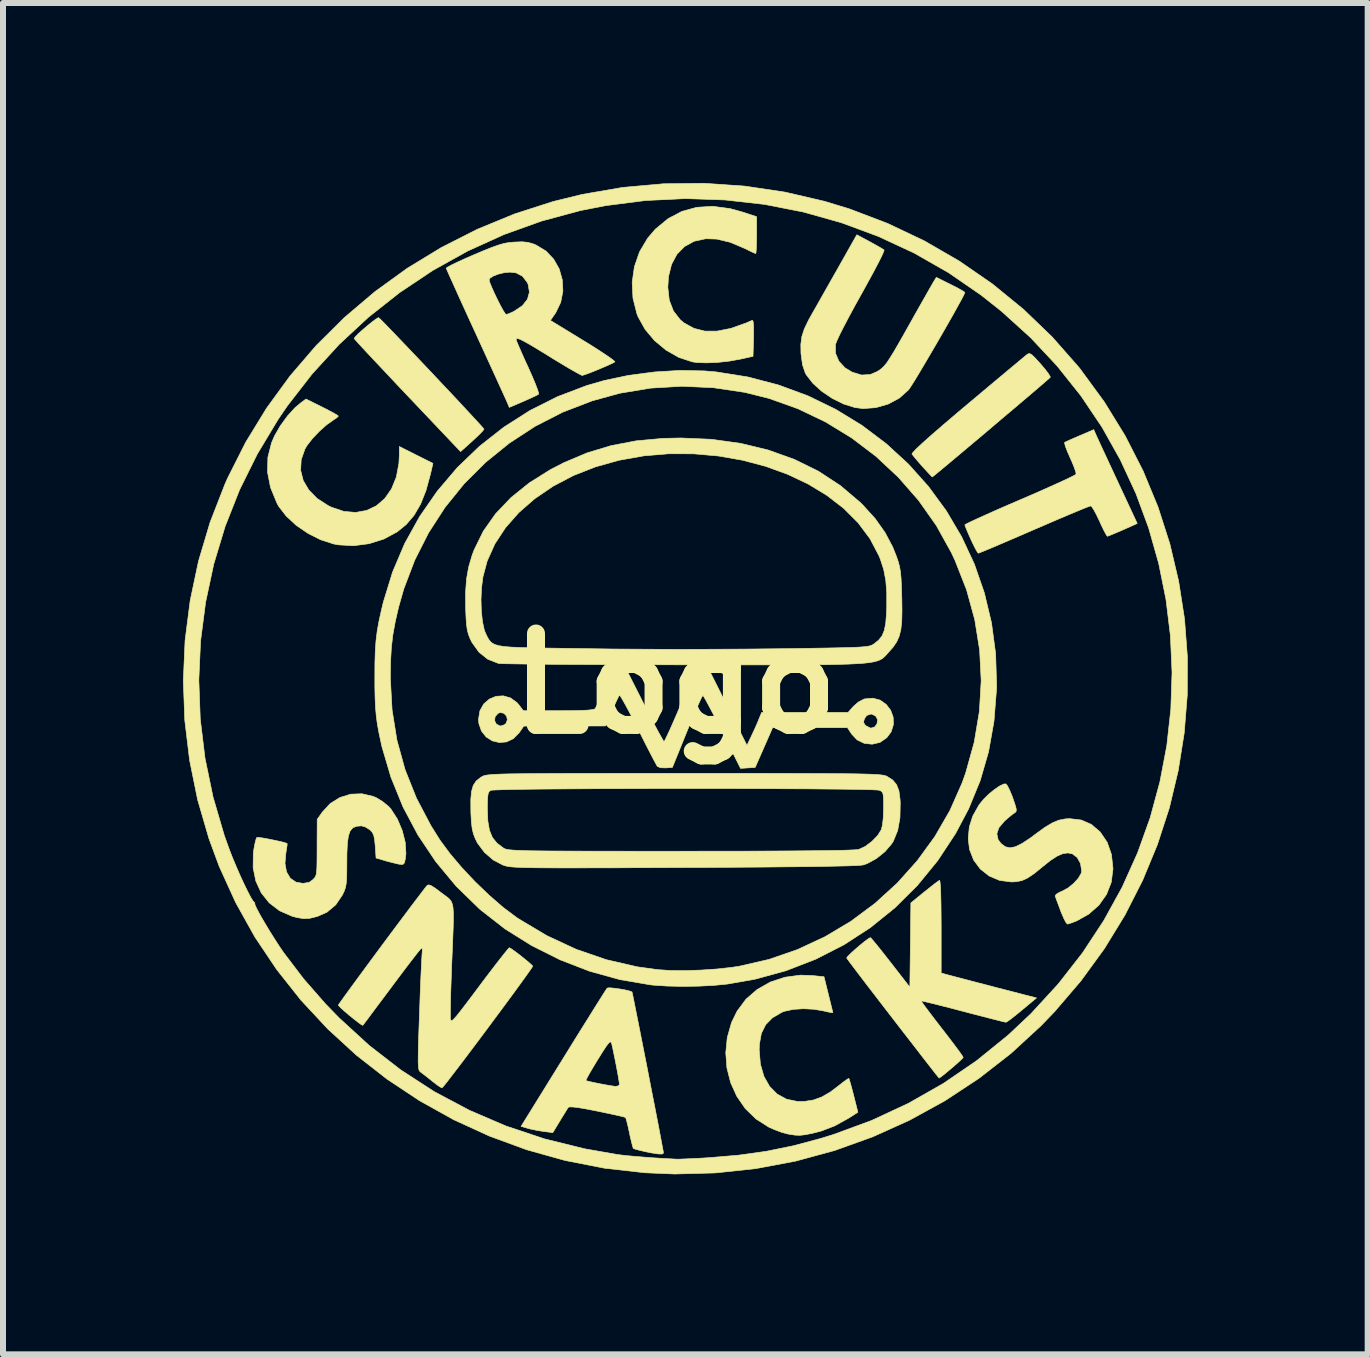
<source format=kicad_pcb>
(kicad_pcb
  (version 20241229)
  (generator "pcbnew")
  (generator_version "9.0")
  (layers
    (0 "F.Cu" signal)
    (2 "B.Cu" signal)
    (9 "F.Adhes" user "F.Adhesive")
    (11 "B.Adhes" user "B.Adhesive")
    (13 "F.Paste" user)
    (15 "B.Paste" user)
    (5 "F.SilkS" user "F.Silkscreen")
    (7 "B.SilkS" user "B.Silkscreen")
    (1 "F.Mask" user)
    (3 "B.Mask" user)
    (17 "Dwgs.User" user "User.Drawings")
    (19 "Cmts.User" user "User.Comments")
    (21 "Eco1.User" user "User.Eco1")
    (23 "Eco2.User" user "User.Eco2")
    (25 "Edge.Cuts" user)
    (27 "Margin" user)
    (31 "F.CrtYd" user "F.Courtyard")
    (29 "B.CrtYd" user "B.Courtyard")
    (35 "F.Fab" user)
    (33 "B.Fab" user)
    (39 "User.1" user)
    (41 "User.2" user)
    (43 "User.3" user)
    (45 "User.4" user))
  (footprint "Logo"
    (layer "F.Cu")
    (at 8.206 8.344)
    (property "Reference" "Logo" (at 0 0 0) (layer "F.SilkS") (effects (font (size 1.524 1.524) (thickness 0.3))))
    (attr through_hole)
    (fp_poly (pts (xy -4.918 -6.075) (xy -4.858 -6.015) (xy -4.77 -5.924) (xy -4.658 -5.808) (xy -4.527 -5.671) (xy -4.382 -5.519) (xy -4.227 -5.356) (xy -4.067 -5.187) (xy -3.908 -5.018) (xy -3.753 -4.854) (xy -3.608 -4.699) (xy -3.477 -4.558) (xy -3.365 -4.437) (xy -3.276 -4.341) (xy -3.217 -4.275) (xy -3.19 -4.243) (xy -3.189 -4.241) (xy -3.209 -4.213) (xy -3.262 -4.157) (xy -3.339 -4.084) (xy -3.384 -4.042) (xy -3.579 -3.867) (xy -4.464 -4.8) (xy -4.645 -4.991) (xy -4.814 -5.171) (xy -4.967 -5.333) (xy -5.1 -5.475) (xy -5.209 -5.592) (xy -5.29 -5.68) (xy -5.339 -5.735) (xy -5.353 -5.752) (xy -5.336 -5.778) (xy -5.286 -5.83) (xy -5.214 -5.895) (xy -5.133 -5.964) (xy -5.054 -6.028) (xy -4.99 -6.076) (xy -4.95 -6.099) (xy -4.945 -6.099) (xy -4.918 -6.075)) (stroke (width 0.01) (type solid)) (fill yes) (layer "F.SilkS"))
    (fp_poly (pts (xy 5.947 -5.477) (xy 6 -5.425) (xy 6.079 -5.337) (xy 6.089 -5.327) (xy 6.163 -5.239) (xy 6.219 -5.166) (xy 6.248 -5.117) (xy 6.249 -5.105) (xy 6.226 -5.083) (xy 6.165 -5.03) (xy 6.071 -4.949) (xy 5.951 -4.846) (xy 5.808 -4.725) (xy 5.648 -4.589) (xy 5.477 -4.445) (xy 5.3 -4.295) (xy 5.122 -4.144) (xy 4.948 -3.998) (xy 4.784 -3.86) (xy 4.634 -3.734) (xy 4.504 -3.625) (xy 4.399 -3.538) (xy 4.325 -3.477) (xy 4.286 -3.447) (xy 4.282 -3.444) (xy 4.262 -3.464) (xy 4.213 -3.516) (xy 4.145 -3.59) (xy 4.12 -3.617) (xy 4.046 -3.702) (xy 3.985 -3.774) (xy 3.949 -3.819) (xy 3.944 -3.825) (xy 3.96 -3.853) (xy 4.02 -3.916) (xy 4.124 -4.013) (xy 4.272 -4.145) (xy 4.465 -4.312) (xy 4.702 -4.514) (xy 4.86 -4.647) (xy 5.059 -4.814) (xy 5.246 -4.971) (xy 5.417 -5.114) (xy 5.566 -5.239) (xy 5.69 -5.342) (xy 5.782 -5.419) (xy 5.839 -5.466) (xy 5.854 -5.479) (xy 5.883 -5.498) (xy 5.911 -5.499) (xy 5.947 -5.477)) (stroke (width 0.01) (type solid)) (fill yes) (layer "F.SilkS"))
    (fp_poly (pts (xy 0.913 -7.917) (xy 1.122 -7.859) (xy 1.355 -7.782) (xy 1.355 -7.475) (xy 1.353 -7.351) (xy 1.35 -7.251) (xy 1.345 -7.187) (xy 1.34 -7.168) (xy 1.309 -7.18) (xy 1.242 -7.211) (xy 1.162 -7.251) (xy 0.917 -7.355) (xy 0.693 -7.409) (xy 0.508 -7.415) (xy 0.314 -7.373) (xy 0.153 -7.285) (xy 0.027 -7.156) (xy -0.063 -6.988) (xy -0.114 -6.783) (xy -0.125 -6.604) (xy -0.101 -6.391) (xy -0.032 -6.211) (xy 0.081 -6.065) (xy 0.146 -6.011) (xy 0.31 -5.921) (xy 0.492 -5.875) (xy 0.695 -5.875) (xy 0.924 -5.92) (xy 1.181 -6.011) (xy 1.284 -6.056) (xy 1.297 -6.035) (xy 1.304 -5.962) (xy 1.305 -5.838) (xy 1.304 -5.762) (xy 1.295 -5.455) (xy 1.078 -5.407) (xy 0.892 -5.374) (xy 0.698 -5.353) (xy 0.514 -5.346) (xy 0.356 -5.352) (xy 0.282 -5.363) (xy 0.058 -5.437) (xy -0.156 -5.559) (xy -0.347 -5.718) (xy -0.505 -5.906) (xy -0.621 -6.115) (xy -0.64 -6.163) (xy -0.706 -6.424) (xy -0.719 -6.689) (xy -0.682 -6.949) (xy -0.596 -7.197) (xy -0.462 -7.423) (xy -0.333 -7.574) (xy -0.121 -7.749) (xy 0.11 -7.871) (xy 0.359 -7.939) (xy 0.627 -7.955) (xy 0.913 -7.917)) (stroke (width 0.01) (type solid)) (fill yes) (layer "F.SilkS"))
    (fp_poly (pts (xy -5.886 -4.609) (xy -5.776 -4.553) (xy -5.687 -4.505) (xy -5.631 -4.471) (xy -5.616 -4.459) (xy -5.638 -4.435) (xy -5.691 -4.399) (xy -5.699 -4.394) (xy -5.813 -4.313) (xy -5.934 -4.205) (xy -6.048 -4.085) (xy -6.138 -3.97) (xy -6.173 -3.911) (xy -6.236 -3.732) (xy -6.245 -3.555) (xy -6.202 -3.385) (xy -6.109 -3.227) (xy -5.97 -3.085) (xy -5.785 -2.966) (xy -5.732 -2.94) (xy -5.525 -2.87) (xy -5.328 -2.853) (xy -5.146 -2.886) (xy -4.982 -2.964) (xy -4.842 -3.085) (xy -4.73 -3.246) (xy -4.65 -3.442) (xy -4.607 -3.671) (xy -4.6 -3.812) (xy -4.6 -3.952) (xy -4.32 -3.811) (xy -4.04 -3.671) (xy -4.081 -3.493) (xy -4.156 -3.218) (xy -4.246 -2.991) (xy -4.355 -2.804) (xy -4.486 -2.651) (xy -4.635 -2.53) (xy -4.857 -2.41) (xy -5.105 -2.332) (xy -5.364 -2.298) (xy -5.618 -2.313) (xy -5.693 -2.327) (xy -5.911 -2.397) (xy -6.123 -2.504) (xy -6.319 -2.638) (xy -6.485 -2.792) (xy -6.612 -2.956) (xy -6.64 -3.008) (xy -6.747 -3.269) (xy -6.797 -3.524) (xy -6.791 -3.772) (xy -6.73 -4.014) (xy -6.679 -4.131) (xy -6.582 -4.299) (xy -6.464 -4.461) (xy -6.337 -4.6) (xy -6.236 -4.685) (xy -6.156 -4.743) (xy -5.886 -4.609)) (stroke (width 0.01) (type solid)) (fill yes) (layer "F.SilkS"))
    (fp_poly (pts (xy 2.294 4.867) (xy 2.478 4.886) (xy 2.551 5.18) (xy 2.581 5.301) (xy 2.605 5.399) (xy 2.621 5.464) (xy 2.625 5.484) (xy 2.6 5.484) (xy 2.537 5.471) (xy 2.477 5.457) (xy 2.312 5.428) (xy 2.134 5.419) (xy 1.965 5.43) (xy 1.821 5.461) (xy 1.778 5.477) (xy 1.619 5.57) (xy 1.506 5.685) (xy 1.434 5.83) (xy 1.401 6.012) (xy 1.398 6.11) (xy 1.418 6.344) (xy 1.477 6.547) (xy 1.571 6.714) (xy 1.698 6.842) (xy 1.854 6.927) (xy 2.036 6.965) (xy 2.153 6.964) (xy 2.303 6.94) (xy 2.444 6.889) (xy 2.589 6.804) (xy 2.725 6.7) (xy 2.803 6.639) (xy 2.863 6.596) (xy 2.892 6.58) (xy 2.893 6.581) (xy 2.903 6.61) (xy 2.924 6.682) (xy 2.952 6.785) (xy 2.973 6.867) (xy 3.043 7.144) (xy 2.89 7.242) (xy 2.66 7.37) (xy 2.431 7.458) (xy 2.286 7.495) (xy 2.166 7.519) (xy 2.077 7.529) (xy 1.996 7.526) (xy 1.898 7.511) (xy 1.863 7.504) (xy 1.769 7.478) (xy 1.654 7.435) (xy 1.557 7.392) (xy 1.345 7.257) (xy 1.167 7.084) (xy 1.025 6.879) (xy 0.922 6.651) (xy 0.86 6.406) (xy 0.841 6.153) (xy 0.866 5.898) (xy 0.937 5.649) (xy 1.029 5.461) (xy 1.177 5.261) (xy 1.365 5.098) (xy 1.584 4.974) (xy 1.827 4.894) (xy 2.087 4.859) (xy 2.294 4.867)) (stroke (width 0.01) (type solid)) (fill yes) (layer "F.SilkS"))
    (fp_poly (pts (xy 7.027 -4.113) (xy 7.054 -4.055) (xy 7.1 -3.954) (xy 7.163 -3.819) (xy 7.238 -3.658) (xy 7.321 -3.48) (xy 7.39 -3.331) (xy 7.699 -2.669) (xy 7.459 -2.562) (xy 7.352 -2.516) (xy 7.266 -2.48) (xy 7.212 -2.459) (xy 7.2 -2.456) (xy 7.182 -2.481) (xy 7.147 -2.546) (xy 7.101 -2.64) (xy 7.07 -2.709) (xy 7.018 -2.817) (xy 6.972 -2.902) (xy 6.937 -2.953) (xy 6.924 -2.962) (xy 6.892 -2.952) (xy 6.813 -2.921) (xy 6.696 -2.873) (xy 6.545 -2.81) (xy 6.366 -2.734) (xy 6.167 -2.648) (xy 5.981 -2.568) (xy 5.769 -2.476) (xy 5.573 -2.392) (xy 5.4 -2.318) (xy 5.255 -2.256) (xy 5.144 -2.21) (xy 5.074 -2.182) (xy 5.051 -2.173) (xy 5.031 -2.197) (xy 4.995 -2.261) (xy 4.95 -2.353) (xy 4.929 -2.398) (xy 4.883 -2.501) (xy 4.847 -2.586) (xy 4.828 -2.637) (xy 4.826 -2.646) (xy 4.851 -2.662) (xy 4.922 -2.697) (xy 5.034 -2.749) (xy 5.18 -2.815) (xy 5.354 -2.893) (xy 5.551 -2.979) (xy 5.746 -3.063) (xy 5.96 -3.155) (xy 6.157 -3.242) (xy 6.331 -3.32) (xy 6.476 -3.386) (xy 6.587 -3.439) (xy 6.657 -3.475) (xy 6.68 -3.491) (xy 6.674 -3.529) (xy 6.648 -3.605) (xy 6.607 -3.706) (xy 6.58 -3.765) (xy 6.534 -3.871) (xy 6.501 -3.956) (xy 6.488 -4.009) (xy 6.49 -4.021) (xy 6.525 -4.038) (xy 6.598 -4.071) (xy 6.697 -4.114) (xy 6.744 -4.134) (xy 6.974 -4.233) (xy 7.027 -4.113)) (stroke (width 0.01) (type solid)) (fill yes) (layer "F.SilkS"))
    (fp_poly (pts (xy 3.241 -7.365) (xy 3.341 -7.31) (xy 3.423 -7.263) (xy 3.472 -7.233) (xy 3.48 -7.227) (xy 3.472 -7.198) (xy 3.44 -7.126) (xy 3.386 -7.018) (xy 3.313 -6.879) (xy 3.225 -6.717) (xy 3.126 -6.537) (xy 3.094 -6.48) (xy 2.989 -6.291) (xy 2.893 -6.113) (xy 2.809 -5.953) (xy 2.741 -5.819) (xy 2.694 -5.718) (xy 2.67 -5.656) (xy 2.668 -5.649) (xy 2.67 -5.505) (xy 2.725 -5.375) (xy 2.827 -5.264) (xy 2.949 -5.19) (xy 3.105 -5.143) (xy 3.251 -5.152) (xy 3.363 -5.2) (xy 3.407 -5.228) (xy 3.446 -5.258) (xy 3.484 -5.296) (xy 3.526 -5.348) (xy 3.574 -5.421) (xy 3.635 -5.519) (xy 3.711 -5.649) (xy 3.807 -5.818) (xy 3.908 -5.997) (xy 4.004 -6.169) (xy 4.094 -6.328) (xy 4.174 -6.468) (xy 4.237 -6.58) (xy 4.281 -6.656) (xy 4.295 -6.681) (xy 4.35 -6.771) (xy 4.588 -6.653) (xy 4.691 -6.601) (xy 4.771 -6.557) (xy 4.818 -6.527) (xy 4.826 -6.52) (xy 4.812 -6.486) (xy 4.774 -6.411) (xy 4.714 -6.302) (xy 4.639 -6.166) (xy 4.55 -6.01) (xy 4.454 -5.842) (xy 4.353 -5.667) (xy 4.252 -5.495) (xy 4.156 -5.331) (xy 4.068 -5.183) (xy 3.992 -5.057) (xy 3.932 -4.962) (xy 3.894 -4.905) (xy 3.886 -4.895) (xy 3.734 -4.759) (xy 3.548 -4.659) (xy 3.342 -4.6) (xy 3.131 -4.584) (xy 2.995 -4.601) (xy 2.806 -4.66) (xy 2.617 -4.753) (xy 2.442 -4.871) (xy 2.293 -5.005) (xy 2.184 -5.146) (xy 2.166 -5.178) (xy 2.12 -5.313) (xy 2.095 -5.497) (xy 2.094 -5.511) (xy 2.092 -5.656) (xy 2.109 -5.784) (xy 2.15 -5.911) (xy 2.219 -6.055) (xy 2.273 -6.152) (xy 2.313 -6.222) (xy 2.375 -6.331) (xy 2.454 -6.471) (xy 2.545 -6.632) (xy 2.643 -6.805) (xy 2.694 -6.894) (xy 3.025 -7.481) (xy 3.241 -7.365)) (stroke (width 0.01) (type solid)) (fill yes) (layer "F.SilkS"))
    (fp_poly (pts (xy 4.412 3.303) (xy 4.419 3.38) (xy 4.424 3.506) (xy 4.428 3.676) (xy 4.43 3.887) (xy 4.431 4.046) (xy 4.431 4.824) (xy 4.551 4.857) (xy 4.612 4.873) (xy 4.718 4.901) (xy 4.86 4.938) (xy 5.03 4.983) (xy 5.217 5.031) (xy 5.345 5.065) (xy 6.02 5.239) (xy 5.777 5.442) (xy 5.678 5.523) (xy 5.594 5.589) (xy 5.535 5.632) (xy 5.511 5.644) (xy 5.478 5.638) (xy 5.398 5.618) (xy 5.279 5.588) (xy 5.129 5.549) (xy 4.954 5.504) (xy 4.797 5.463) (xy 4.609 5.413) (xy 4.44 5.37) (xy 4.297 5.334) (xy 4.188 5.308) (xy 4.12 5.292) (xy 4.099 5.289) (xy 4.113 5.313) (xy 4.157 5.375) (xy 4.226 5.467) (xy 4.314 5.583) (xy 4.417 5.717) (xy 4.444 5.752) (xy 4.551 5.89) (xy 4.645 6.014) (xy 4.721 6.116) (xy 4.773 6.189) (xy 4.797 6.227) (xy 4.798 6.23) (xy 4.778 6.254) (xy 4.726 6.304) (xy 4.654 6.368) (xy 4.573 6.437) (xy 4.496 6.501) (xy 4.434 6.55) (xy 4.399 6.573) (xy 4.396 6.574) (xy 4.378 6.552) (xy 4.328 6.49) (xy 4.252 6.392) (xy 4.151 6.263) (xy 4.031 6.107) (xy 3.893 5.929) (xy 3.742 5.734) (xy 3.627 5.585) (xy 3.468 5.379) (xy 3.32 5.186) (xy 3.186 5.012) (xy 3.07 4.86) (xy 2.976 4.736) (xy 2.906 4.643) (xy 2.866 4.588) (xy 2.856 4.573) (xy 2.873 4.548) (xy 2.923 4.498) (xy 2.993 4.434) (xy 3.073 4.365) (xy 3.15 4.302) (xy 3.213 4.255) (xy 3.25 4.234) (xy 3.252 4.233) (xy 3.273 4.255) (xy 3.323 4.314) (xy 3.396 4.403) (xy 3.486 4.517) (xy 3.588 4.647) (xy 3.909 5.06) (xy 3.918 4.358) (xy 3.926 3.655) (xy 4.152 3.471) (xy 4.249 3.394) (xy 4.33 3.33) (xy 4.386 3.29) (xy 4.404 3.278) (xy 4.412 3.303)) (stroke (width 0.01) (type solid)) (fill yes) (layer "F.SilkS"))
    (fp_poly (pts (xy 5.536 1.704) (xy 5.572 1.776) (xy 5.613 1.874) (xy 5.625 1.907) (xy 5.662 2.016) (xy 5.681 2.084) (xy 5.683 2.123) (xy 5.669 2.145) (xy 5.654 2.155) (xy 5.607 2.188) (xy 5.537 2.246) (xy 5.484 2.294) (xy 5.393 2.401) (xy 5.359 2.503) (xy 5.38 2.601) (xy 5.431 2.668) (xy 5.5 2.719) (xy 5.576 2.737) (xy 5.666 2.72) (xy 5.777 2.666) (xy 5.917 2.574) (xy 6.006 2.507) (xy 6.158 2.397) (xy 6.283 2.322) (xy 6.393 2.276) (xy 6.501 2.255) (xy 6.573 2.251) (xy 6.767 2.274) (xy 6.934 2.347) (xy 7.078 2.47) (xy 7.083 2.475) (xy 7.199 2.647) (xy 7.269 2.847) (xy 7.294 3.077) (xy 7.294 3.093) (xy 7.266 3.312) (xy 7.187 3.514) (xy 7.061 3.692) (xy 6.891 3.842) (xy 6.697 3.951) (xy 6.616 3.984) (xy 6.554 4.004) (xy 6.536 4.008) (xy 6.512 3.983) (xy 6.477 3.917) (xy 6.436 3.823) (xy 6.423 3.789) (xy 6.384 3.684) (xy 6.352 3.598) (xy 6.333 3.546) (xy 6.331 3.539) (xy 6.348 3.512) (xy 6.404 3.478) (xy 6.446 3.46) (xy 6.545 3.407) (xy 6.64 3.33) (xy 6.718 3.244) (xy 6.765 3.162) (xy 6.773 3.12) (xy 6.753 2.997) (xy 6.699 2.899) (xy 6.619 2.838) (xy 6.544 2.822) (xy 6.459 2.834) (xy 6.365 2.874) (xy 6.253 2.947) (xy 6.115 3.057) (xy 6.107 3.064) (xy 5.976 3.17) (xy 5.871 3.24) (xy 5.777 3.283) (xy 5.683 3.302) (xy 5.601 3.306) (xy 5.404 3.28) (xy 5.23 3.206) (xy 5.084 3.091) (xy 4.973 2.942) (xy 4.904 2.765) (xy 4.882 2.587) (xy 4.9 2.39) (xy 4.957 2.209) (xy 5.059 2.027) (xy 5.069 2.013) (xy 5.137 1.929) (xy 5.223 1.844) (xy 5.316 1.768) (xy 5.403 1.708) (xy 5.474 1.674) (xy 5.509 1.672) (xy 5.536 1.704)) (stroke (width 0.01) (type solid)) (fill yes) (layer "F.SilkS"))
    (fp_poly (pts (xy -5.039 1.879) (xy -4.982 1.903) (xy -4.878 1.967) (xy -4.782 2.045) (xy -4.742 2.088) (xy -4.633 2.257) (xy -4.552 2.448) (xy -4.502 2.645) (xy -4.49 2.832) (xy -4.5 2.921) (xy -4.516 2.989) (xy -4.542 3.014) (xy -4.596 3.011) (xy -4.614 3.008) (xy -4.699 2.988) (xy -4.805 2.961) (xy -4.848 2.948) (xy -4.988 2.907) (xy -5.002 2.704) (xy -5.013 2.592) (xy -5.029 2.521) (xy -5.056 2.472) (xy -5.092 2.436) (xy -5.163 2.391) (xy -5.231 2.371) (xy -5.234 2.371) (xy -5.315 2.378) (xy -5.376 2.404) (xy -5.42 2.455) (xy -5.449 2.539) (xy -5.466 2.661) (xy -5.474 2.828) (xy -5.475 2.971) (xy -5.476 3.132) (xy -5.479 3.25) (xy -5.486 3.335) (xy -5.498 3.401) (xy -5.518 3.458) (xy -5.547 3.519) (xy -5.548 3.522) (xy -5.66 3.687) (xy -5.806 3.81) (xy -5.967 3.881) (xy -6.093 3.912) (xy -6.201 3.917) (xy -6.316 3.897) (xy -6.389 3.877) (xy -6.597 3.786) (xy -6.769 3.654) (xy -6.902 3.487) (xy -6.992 3.291) (xy -7.037 3.07) (xy -7.034 2.83) (xy -7.027 2.775) (xy -7.009 2.676) (xy -6.991 2.601) (xy -6.977 2.565) (xy -6.976 2.565) (xy -6.945 2.564) (xy -6.874 2.574) (xy -6.779 2.591) (xy -6.676 2.612) (xy -6.579 2.633) (xy -6.506 2.652) (xy -6.47 2.666) (xy -6.47 2.666) (xy -6.471 2.694) (xy -6.481 2.762) (xy -6.492 2.831) (xy -6.506 2.999) (xy -6.48 3.139) (xy -6.418 3.244) (xy -6.323 3.309) (xy -6.206 3.33) (xy -6.101 3.312) (xy -6.041 3.268) (xy -6.016 3.242) (xy -5.999 3.217) (xy -5.986 3.184) (xy -5.979 3.135) (xy -5.974 3.061) (xy -5.972 2.953) (xy -5.971 2.802) (xy -5.971 2.691) (xy -5.969 2.263) (xy -5.883 2.141) (xy -5.752 1.999) (xy -5.591 1.899) (xy -5.411 1.843) (xy -5.224 1.836) (xy -5.039 1.879)) (stroke (width 0.01) (type solid)) (fill yes) (layer "F.SilkS"))
    (fp_poly (pts (xy -1.028 5.076) (xy -0.937 5.088) (xy -0.844 5.104) (xy -0.767 5.122) (xy -0.724 5.138) (xy -0.722 5.14) (xy -0.715 5.169) (xy -0.699 5.246) (xy -0.675 5.366) (xy -0.644 5.522) (xy -0.607 5.707) (xy -0.566 5.914) (xy -0.522 6.138) (xy -0.476 6.371) (xy -0.43 6.608) (xy -0.385 6.841) (xy -0.341 7.064) (xy -0.301 7.27) (xy -0.266 7.453) (xy -0.237 7.607) (xy -0.215 7.725) (xy -0.201 7.799) (xy -0.197 7.825) (xy -0.221 7.841) (xy -0.291 7.839) (xy -0.412 7.82) (xy -0.506 7.8) (xy -0.6 7.778) (xy -0.67 7.759) (xy -0.7 7.748) (xy -0.711 7.716) (xy -0.73 7.642) (xy -0.754 7.54) (xy -0.764 7.491) (xy -0.788 7.38) (xy -0.81 7.292) (xy -0.826 7.24) (xy -0.83 7.232) (xy -0.861 7.222) (xy -0.938 7.203) (xy -1.052 7.178) (xy -1.193 7.148) (xy -1.304 7.125) (xy -1.489 7.089) (xy -1.624 7.066) (xy -1.715 7.056) (xy -1.767 7.056) (xy -1.786 7.065) (xy -1.81 7.104) (xy -1.855 7.177) (xy -1.912 7.269) (xy -1.925 7.291) (xy -2.042 7.484) (xy -2.193 7.465) (xy -2.306 7.447) (xy -2.417 7.424) (xy -2.458 7.413) (xy -2.571 7.38) (xy -2.098 6.616) (xy -1.492 6.616) (xy -1.459 6.626) (xy -1.387 6.643) (xy -1.291 6.663) (xy -1.187 6.683) (xy -1.09 6.7) (xy -1.018 6.711) (xy -0.995 6.714) (xy -0.945 6.703) (xy -0.931 6.682) (xy -0.937 6.635) (xy -0.951 6.547) (xy -0.972 6.433) (xy -0.996 6.308) (xy -1.021 6.185) (xy -1.043 6.079) (xy -1.06 6.006) (xy -1.067 5.983) (xy -1.081 5.971) (xy -1.106 5.987) (xy -1.146 6.037) (xy -1.205 6.126) (xy -1.288 6.259) (xy -1.294 6.268) (xy -1.368 6.391) (xy -1.429 6.494) (xy -1.471 6.571) (xy -1.491 6.612) (xy -1.492 6.616) (xy -2.098 6.616) (xy -1.865 6.24) (xy -1.723 6.01) (xy -1.589 5.794) (xy -1.466 5.598) (xy -1.359 5.426) (xy -1.269 5.283) (xy -1.2 5.173) (xy -1.154 5.102) (xy -1.135 5.075) (xy -1.1 5.07) (xy -1.028 5.076)) (stroke (width 0.01) (type solid)) (fill yes) (layer "F.SilkS"))
    (fp_poly (pts (xy -2.46 -7.355) (xy -2.373 -7.331) (xy -2.32 -7.309) (xy -2.156 -7.21) (xy -2.027 -7.074) (xy -1.935 -6.911) (xy -1.884 -6.73) (xy -1.874 -6.542) (xy -1.91 -6.355) (xy -1.994 -6.18) (xy -2.003 -6.168) (xy -2.082 -6.053) (xy -1.533 -5.718) (xy -1.377 -5.622) (xy -1.241 -5.534) (xy -1.13 -5.46) (xy -1.051 -5.404) (xy -1.011 -5.371) (xy -1.007 -5.363) (xy -1.045 -5.341) (xy -1.121 -5.306) (xy -1.219 -5.264) (xy -1.326 -5.219) (xy -1.426 -5.179) (xy -1.506 -5.15) (xy -1.55 -5.137) (xy -1.553 -5.136) (xy -1.586 -5.151) (xy -1.659 -5.191) (xy -1.765 -5.251) (xy -1.895 -5.329) (xy -2.044 -5.419) (xy -2.088 -5.447) (xy -2.269 -5.558) (xy -2.407 -5.641) (xy -2.509 -5.699) (xy -2.579 -5.735) (xy -2.622 -5.751) (xy -2.645 -5.75) (xy -2.653 -5.735) (xy -2.653 -5.732) (xy -2.642 -5.699) (xy -2.61 -5.624) (xy -2.563 -5.516) (xy -2.504 -5.383) (xy -2.454 -5.276) (xy -2.39 -5.132) (xy -2.337 -5.006) (xy -2.299 -4.907) (xy -2.279 -4.844) (xy -2.278 -4.824) (xy -2.312 -4.805) (xy -2.386 -4.77) (xy -2.485 -4.725) (xy -2.533 -4.704) (xy -2.767 -4.604) (xy -2.805 -4.694) (xy -2.825 -4.739) (xy -2.866 -4.829) (xy -2.925 -4.958) (xy -2.999 -5.121) (xy -3.086 -5.311) (xy -3.183 -5.523) (xy -3.287 -5.75) (xy -3.329 -5.842) (xy -3.434 -6.07) (xy -3.531 -6.283) (xy -3.618 -6.474) (xy -3.692 -6.639) (xy -3.734 -6.732) (xy -3.104 -6.732) (xy -3.093 -6.687) (xy -3.062 -6.61) (xy -3.018 -6.511) (xy -2.967 -6.405) (xy -2.916 -6.304) (xy -2.87 -6.22) (xy -2.835 -6.166) (xy -2.821 -6.152) (xy -2.779 -6.164) (xy -2.71 -6.194) (xy -2.684 -6.208) (xy -2.55 -6.298) (xy -2.465 -6.405) (xy -2.432 -6.523) (xy -2.451 -6.648) (xy -2.469 -6.688) (xy -2.548 -6.791) (xy -2.654 -6.846) (xy -2.757 -6.858) (xy -2.853 -6.849) (xy -2.951 -6.825) (xy -3.036 -6.792) (xy -3.091 -6.756) (xy -3.104 -6.732) (xy -3.734 -6.732) (xy -3.752 -6.771) (xy -3.794 -6.866) (xy -3.816 -6.917) (xy -3.819 -6.924) (xy -3.796 -6.942) (xy -3.729 -6.978) (xy -3.626 -7.028) (xy -3.496 -7.087) (xy -3.358 -7.147) (xy -3.183 -7.221) (xy -3.047 -7.275) (xy -2.941 -7.312) (xy -2.854 -7.337) (xy -2.773 -7.351) (xy -2.689 -7.359) (xy -2.68 -7.359) (xy -2.554 -7.364) (xy -2.46 -7.355)) (stroke (width 0.01) (type solid)) (fill yes) (layer "F.SilkS"))
    (fp_poly (pts (xy -4.069 3.368) (xy -4.002 3.41) (xy -3.902 3.486) (xy -3.9 3.487) (xy -3.845 3.528) (xy -3.8 3.561) (xy -3.765 3.591) (xy -3.738 3.625) (xy -3.719 3.669) (xy -3.706 3.728) (xy -3.7 3.809) (xy -3.699 3.918) (xy -3.702 4.06) (xy -3.709 4.241) (xy -3.718 4.468) (xy -3.728 4.699) (xy -3.735 4.909) (xy -3.742 5.105) (xy -3.747 5.279) (xy -3.749 5.421) (xy -3.75 5.524) (xy -3.749 5.58) (xy -3.749 5.582) (xy -3.745 5.607) (xy -3.735 5.619) (xy -3.717 5.613) (xy -3.687 5.586) (xy -3.64 5.533) (xy -3.574 5.449) (xy -3.484 5.332) (xy -3.367 5.177) (xy -3.264 5.039) (xy -3.14 4.874) (xy -3.026 4.725) (xy -2.928 4.598) (xy -2.849 4.498) (xy -2.794 4.431) (xy -2.768 4.403) (xy -2.766 4.403) (xy -2.736 4.419) (xy -2.675 4.462) (xy -2.597 4.521) (xy -2.516 4.586) (xy -2.443 4.646) (xy -2.393 4.691) (xy -2.377 4.709) (xy -2.392 4.735) (xy -2.437 4.8) (xy -2.507 4.899) (xy -2.6 5.027) (xy -2.709 5.177) (xy -2.832 5.344) (xy -2.965 5.523) (xy -3.102 5.708) (xy -3.24 5.893) (xy -3.375 6.073) (xy -3.503 6.243) (xy -3.619 6.396) (xy -3.72 6.527) (xy -3.8 6.632) (xy -3.857 6.703) (xy -3.886 6.735) (xy -3.888 6.737) (xy -3.919 6.724) (xy -3.979 6.683) (xy -4.05 6.628) (xy -4.133 6.561) (xy -4.205 6.505) (xy -4.244 6.476) (xy -4.258 6.464) (xy -4.27 6.446) (xy -4.278 6.416) (xy -4.283 6.37) (xy -4.286 6.3) (xy -4.285 6.201) (xy -4.283 6.066) (xy -4.278 5.891) (xy -4.27 5.67) (xy -4.264 5.498) (xy -4.256 5.27) (xy -4.248 5.057) (xy -4.24 4.866) (xy -4.232 4.705) (xy -4.226 4.581) (xy -4.221 4.502) (xy -4.219 4.478) (xy -4.216 4.424) (xy -4.23 4.407) (xy -4.23 4.407) (xy -4.252 4.432) (xy -4.304 4.495) (xy -4.38 4.593) (xy -4.476 4.718) (xy -4.587 4.865) (xy -4.71 5.029) (xy -4.727 5.052) (xy -4.85 5.217) (xy -4.962 5.366) (xy -5.058 5.495) (xy -5.133 5.596) (xy -5.185 5.665) (xy -5.208 5.695) (xy -5.208 5.696) (xy -5.232 5.685) (xy -5.287 5.646) (xy -5.361 5.588) (xy -5.442 5.522) (xy -5.519 5.456) (xy -5.58 5.401) (xy -5.613 5.366) (xy -5.616 5.359) (xy -5.6 5.333) (xy -5.554 5.268) (xy -5.483 5.169) (xy -5.39 5.042) (xy -5.28 4.892) (xy -5.157 4.725) (xy -5.025 4.546) (xy -4.889 4.362) (xy -4.752 4.178) (xy -4.619 4) (xy -4.494 3.833) (xy -4.381 3.682) (xy -4.284 3.555) (xy -4.208 3.455) (xy -4.157 3.389) (xy -4.137 3.365) (xy -4.111 3.354) (xy -4.069 3.368)) (stroke (width 0.01) (type solid)) (fill yes) (layer "F.SilkS"))
    (fp_poly (pts (xy 0.601 -4.072) (xy 1.09 -4.004) (xy 1.552 -3.892) (xy 1.984 -3.737) (xy 2.385 -3.54) (xy 2.75 -3.301) (xy 3.078 -3.023) (xy 3.121 -2.981) (xy 3.332 -2.749) (xy 3.496 -2.517) (xy 3.625 -2.273) (xy 3.687 -2.116) (xy 3.716 -2.03) (xy 3.737 -1.951) (xy 3.752 -1.865) (xy 3.762 -1.762) (xy 3.769 -1.627) (xy 3.774 -1.449) (xy 3.775 -1.434) (xy 3.778 -1.213) (xy 3.774 -1.038) (xy 3.759 -0.9) (xy 3.731 -0.789) (xy 3.689 -0.695) (xy 3.629 -0.607) (xy 3.562 -0.531) (xy 3.531 -0.497) (xy 3.504 -0.466) (xy 3.477 -0.44) (xy 3.448 -0.416) (xy 3.412 -0.396) (xy 3.366 -0.378) (xy 3.308 -0.363) (xy 3.234 -0.35) (xy 3.142 -0.34) (xy 3.027 -0.332) (xy 2.886 -0.325) (xy 2.717 -0.32) (xy 2.516 -0.316) (xy 2.279 -0.314) (xy 2.005 -0.313) (xy 1.689 -0.312) (xy 1.328 -0.312) (xy 0.919 -0.312) (xy 0.458 -0.313) (xy 0.143 -0.313) (xy -0.266 -0.314) (xy -0.66 -0.315) (xy -1.035 -0.316) (xy -1.388 -0.318) (xy -1.715 -0.319) (xy -2.012 -0.321) (xy -2.275 -0.324) (xy -2.5 -0.326) (xy -2.684 -0.329) (xy -2.823 -0.331) (xy -2.913 -0.334) (xy -2.949 -0.337) (xy -3.127 -0.407) (xy -3.273 -0.524) (xy -3.39 -0.687) (xy -3.42 -0.748) (xy -3.448 -0.819) (xy -3.467 -0.894) (xy -3.481 -0.988) (xy -3.489 -1.113) (xy -3.495 -1.256) (xy -3.495 -1.401) (xy -3.239 -1.401) (xy -3.233 -1.21) (xy -3.215 -1.036) (xy -3.184 -0.893) (xy -3.159 -0.83) (xy -3.129 -0.769) (xy -3.1 -0.721) (xy -3.064 -0.683) (xy -3.015 -0.654) (xy -2.948 -0.633) (xy -2.856 -0.618) (xy -2.733 -0.608) (xy -2.571 -0.601) (xy -2.366 -0.596) (xy -2.131 -0.592) (xy -1.022 -0.576) (xy 0.059 -0.57) (xy 1.14 -0.575) (xy 1.903 -0.583) (xy 2.211 -0.588) (xy 2.467 -0.592) (xy 2.677 -0.596) (xy 2.845 -0.6) (xy 2.978 -0.604) (xy 3.079 -0.609) (xy 3.155 -0.615) (xy 3.21 -0.622) (xy 3.249 -0.631) (xy 3.278 -0.642) (xy 3.301 -0.655) (xy 3.31 -0.661) (xy 3.388 -0.723) (xy 3.445 -0.794) (xy 3.483 -0.885) (xy 3.507 -1.006) (xy 3.52 -1.168) (xy 3.524 -1.266) (xy 3.524 -1.512) (xy 3.508 -1.719) (xy 3.473 -1.902) (xy 3.417 -2.075) (xy 3.395 -2.129) (xy 3.245 -2.415) (xy 3.047 -2.68) (xy 2.806 -2.921) (xy 2.526 -3.137) (xy 2.213 -3.327) (xy 1.87 -3.489) (xy 1.503 -3.622) (xy 1.117 -3.724) (xy 0.716 -3.794) (xy 0.306 -3.83) (xy -0.111 -3.831) (xy -0.527 -3.796) (xy -0.94 -3.722) (xy -1.332 -3.612) (xy -1.701 -3.467) (xy -2.039 -3.289) (xy -2.342 -3.083) (xy -2.607 -2.852) (xy -2.83 -2.599) (xy -3.008 -2.328) (xy -3.136 -2.043) (xy -3.207 -1.778) (xy -3.23 -1.596) (xy -3.239 -1.401) (xy -3.495 -1.401) (xy -3.496 -1.519) (xy -3.48 -1.744) (xy -3.444 -1.945) (xy -3.387 -2.139) (xy -3.354 -2.227) (xy -3.201 -2.539) (xy -2.996 -2.83) (xy -2.74 -3.099) (xy -2.435 -3.345) (xy -2.083 -3.566) (xy -1.856 -3.683) (xy -1.469 -3.846) (xy -1.072 -3.966) (xy -0.655 -4.046) (xy -0.21 -4.087) (xy 0.089 -4.094) (xy 0.601 -4.072)) (stroke (width 0.01) (type solid)) (fill yes) (layer "F.SilkS"))
    (fp_poly (pts (xy 0.879 0.402) (xy 1.194 1.03) (xy 1.274 0.861) (xy 1.324 0.754) (xy 1.37 0.649) (xy 1.374 0.64) (xy 3.136 0.64) (xy 3.156 0.682) (xy 3.184 0.707) (xy 3.258 0.743) (xy 3.322 0.723) (xy 3.36 0.674) (xy 3.372 0.602) (xy 3.34 0.541) (xy 3.275 0.509) (xy 3.258 0.508) (xy 3.19 0.531) (xy 3.154 0.582) (xy 3.136 0.64) (xy 1.374 0.64) (xy 1.396 0.586) (xy 1.439 0.48) (xy 2.88 0.48) (xy 2.967 0.381) (xy 3.05 0.308) (xy 3.143 0.259) (xy 3.157 0.255) (xy 3.294 0.243) (xy 3.415 0.276) (xy 3.515 0.347) (xy 3.589 0.444) (xy 3.631 0.559) (xy 3.635 0.682) (xy 3.597 0.804) (xy 3.524 0.902) (xy 3.411 0.98) (xy 3.281 1.01) (xy 3.15 0.996) (xy 3.03 0.938) (xy 2.938 0.84) (xy 2.869 0.734) (xy 1.622 0.734) (xy 1.477 1.065) (xy 1.331 1.397) (xy 1.209 1.405) (xy 1.087 1.413) (xy 0.783 0.805) (xy 0.698 0.636) (xy 0.62 0.485) (xy 0.553 0.359) (xy 0.502 0.265) (xy 0.469 0.21) (xy 0.459 0.198) (xy 0.442 0.223) (xy 0.409 0.293) (xy 0.36 0.401) (xy 0.301 0.54) (xy 0.234 0.701) (xy 0.194 0.798) (xy -0.049 1.397) (xy -0.161 1.405) (xy -0.248 1.402) (xy -0.3 1.379) (xy -0.301 1.377) (xy -0.321 1.342) (xy -0.363 1.265) (xy -0.422 1.151) (xy -0.494 1.011) (xy -0.575 0.85) (xy -0.623 0.756) (xy -0.706 0.591) (xy -0.782 0.446) (xy -0.846 0.328) (xy -0.895 0.242) (xy -0.925 0.197) (xy -0.933 0.191) (xy -0.95 0.225) (xy -0.985 0.297) (xy -1.029 0.397) (xy -1.057 0.459) (xy -1.164 0.706) (xy -1.845 0.707) (xy -2.526 0.708) (xy -2.602 0.818) (xy -2.7 0.918) (xy -2.814 0.972) (xy -2.934 0.982) (xy -3.051 0.954) (xy -3.153 0.889) (xy -3.231 0.791) (xy -3.275 0.664) (xy -3.278 0.618) (xy -3.012 0.618) (xy -2.983 0.675) (xy -2.923 0.705) (xy -2.907 0.706) (xy -2.847 0.685) (xy -2.823 0.665) (xy -2.799 0.602) (xy -2.814 0.54) (xy -2.857 0.495) (xy -2.917 0.482) (xy -2.956 0.497) (xy -3.004 0.552) (xy -3.012 0.618) (xy -3.278 0.618) (xy -3.28 0.593) (xy -3.257 0.453) (xy -3.194 0.34) (xy -3.101 0.259) (xy -2.989 0.212) (xy -2.868 0.204) (xy -2.748 0.238) (xy -2.639 0.317) (xy -2.608 0.354) (xy -2.533 0.452) (xy -1.946 0.452) (xy -1.734 0.451) (xy -1.573 0.448) (xy -1.458 0.442) (xy -1.383 0.434) (xy -1.344 0.423) (xy -1.335 0.416) (xy -1.315 0.377) (xy -1.278 0.299) (xy -1.23 0.192) (xy -1.182 0.085) (xy -1.052 -0.212) (xy -0.804 -0.212) (xy -0.508 0.373) (xy -0.423 0.539) (xy -0.345 0.688) (xy -0.279 0.812) (xy -0.228 0.903) (xy -0.197 0.956) (xy -0.189 0.966) (xy -0.173 0.943) (xy -0.141 0.877) (xy -0.094 0.776) (xy -0.038 0.65) (xy 0.024 0.508) (xy 0.088 0.358) (xy 0.151 0.21) (xy 0.208 0.072) (xy 0.255 -0.047) (xy 0.289 -0.137) (xy 0.302 -0.176) (xy 0.328 -0.21) (xy 0.389 -0.224) (xy 0.441 -0.226) (xy 0.564 -0.226) (xy 0.879 0.402)) (stroke (width 0.01) (type solid)) (fill yes) (layer "F.SilkS"))
    (fp_poly (pts (xy 0.483 -5.212) (xy 0.674 -5.196) (xy 1.21 -5.111) (xy 1.724 -4.976) (xy 2.214 -4.795) (xy 2.677 -4.569) (xy 3.112 -4.303) (xy 3.516 -3.998) (xy 3.887 -3.657) (xy 4.221 -3.283) (xy 4.517 -2.879) (xy 4.772 -2.447) (xy 4.985 -1.99) (xy 5.151 -1.511) (xy 5.27 -1.013) (xy 5.339 -0.497) (xy 5.355 0.032) (xy 5.353 0.099) (xy 5.311 0.63) (xy 5.221 1.136) (xy 5.081 1.619) (xy 4.889 2.087) (xy 4.671 2.499) (xy 4.373 2.951) (xy 4.035 3.364) (xy 3.66 3.737) (xy 3.251 4.067) (xy 2.811 4.353) (xy 2.341 4.593) (xy 1.846 4.785) (xy 1.328 4.927) (xy 0.866 5.008) (xy 0.642 5.03) (xy 0.385 5.043) (xy 0.118 5.047) (xy -0.14 5.041) (xy -0.367 5.026) (xy -0.414 5.021) (xy -0.923 4.934) (xy -1.428 4.794) (xy -1.92 4.604) (xy -2.392 4.368) (xy -2.837 4.09) (xy -3.246 3.771) (xy -3.273 3.747) (xy -3.654 3.375) (xy -3.993 2.967) (xy -4.289 2.525) (xy -4.539 2.055) (xy -4.74 1.56) (xy -4.892 1.045) (xy -4.944 0.8) (xy -4.968 0.663) (xy -4.985 0.534) (xy -4.997 0.398) (xy -5.004 0.243) (xy -5.008 0.054) (xy -5.008 -0.099) (xy -5.008 -0.105) (xy -4.75 -0.105) (xy -4.75 -0.085) (xy -4.721 0.439) (xy -4.64 0.944) (xy -4.505 1.433) (xy -4.316 1.907) (xy -4.073 2.369) (xy -3.92 2.613) (xy -3.758 2.832) (xy -3.56 3.066) (xy -3.338 3.302) (xy -3.104 3.527) (xy -2.871 3.729) (xy -2.649 3.896) (xy -2.613 3.92) (xy -2.14 4.202) (xy -1.652 4.429) (xy -1.149 4.602) (xy -0.632 4.721) (xy -0.289 4.768) (xy -0.08 4.782) (xy 0.165 4.784) (xy 0.429 4.775) (xy 0.692 4.757) (xy 0.938 4.73) (xy 1.065 4.711) (xy 1.561 4.597) (xy 2.038 4.432) (xy 2.495 4.219) (xy 2.926 3.962) (xy 3.328 3.663) (xy 3.698 3.326) (xy 4.032 2.953) (xy 4.326 2.549) (xy 4.577 2.115) (xy 4.78 1.656) (xy 4.84 1.488) (xy 4.982 0.977) (xy 5.068 0.464) (xy 5.098 -0.048) (xy 5.072 -0.559) (xy 4.991 -1.065) (xy 4.854 -1.564) (xy 4.661 -2.055) (xy 4.599 -2.187) (xy 4.35 -2.635) (xy 4.055 -3.053) (xy 3.719 -3.437) (xy 3.346 -3.786) (xy 2.939 -4.095) (xy 2.504 -4.361) (xy 2.044 -4.581) (xy 1.563 -4.753) (xy 1.159 -4.854) (xy 0.635 -4.932) (xy 0.11 -4.956) (xy -0.411 -4.925) (xy -0.924 -4.84) (xy -1.386 -4.713) (xy -1.877 -4.524) (xy -2.338 -4.288) (xy -2.767 -4.008) (xy -3.162 -3.688) (xy -3.52 -3.331) (xy -3.838 -2.938) (xy -4.113 -2.513) (xy -4.343 -2.059) (xy -4.526 -1.578) (xy -4.612 -1.276) (xy -4.668 -1.033) (xy -4.708 -0.814) (xy -4.733 -0.6) (xy -4.746 -0.37) (xy -4.75 -0.105) (xy -5.008 -0.105) (xy -5.007 -0.339) (xy -5.001 -0.539) (xy -4.989 -0.712) (xy -4.969 -0.875) (xy -4.939 -1.041) (xy -4.898 -1.227) (xy -4.866 -1.36) (xy -4.713 -1.858) (xy -4.511 -2.334) (xy -4.261 -2.785) (xy -3.968 -3.207) (xy -3.635 -3.599) (xy -3.265 -3.955) (xy -2.86 -4.273) (xy -2.425 -4.551) (xy -1.963 -4.783) (xy -1.476 -4.968) (xy -1.185 -5.052) (xy -0.777 -5.138) (xy -0.351 -5.194) (xy 0.075 -5.22) (xy 0.483 -5.212)) (stroke (width 0.01) (type solid)) (fill yes) (layer "F.SilkS"))
    (fp_poly (pts (xy 0.655 1.496) (xy 1.103 1.496) (xy 1.5 1.496) (xy 1.85 1.497) (xy 2.156 1.498) (xy 2.421 1.499) (xy 2.648 1.5) (xy 2.84 1.502) (xy 3.001 1.504) (xy 3.133 1.507) (xy 3.24 1.51) (xy 3.324 1.514) (xy 3.389 1.518) (xy 3.438 1.523) (xy 3.474 1.529) (xy 3.5 1.535) (xy 3.52 1.542) (xy 3.526 1.545) (xy 3.623 1.607) (xy 3.687 1.684) (xy 3.727 1.788) (xy 3.746 1.932) (xy 3.749 1.988) (xy 3.744 2.239) (xy 3.706 2.449) (xy 3.634 2.625) (xy 3.603 2.674) (xy 3.494 2.801) (xy 3.352 2.915) (xy 3.199 2.999) (xy 3.138 3.021) (xy 3.095 3.027) (xy 3.007 3.033) (xy 2.872 3.038) (xy 2.69 3.042) (xy 2.458 3.047) (xy 2.177 3.051) (xy 1.844 3.054) (xy 1.459 3.058) (xy 1.02 3.061) (xy 0.528 3.064) (xy 0.155 3.065) (xy -0.312 3.067) (xy -0.725 3.069) (xy -1.089 3.071) (xy -1.407 3.071) (xy -1.682 3.072) (xy -1.918 3.072) (xy -2.117 3.071) (xy -2.284 3.07) (xy -2.422 3.068) (xy -2.534 3.065) (xy -2.623 3.062) (xy -2.693 3.058) (xy -2.748 3.053) (xy -2.79 3.047) (xy -2.824 3.04) (xy -2.852 3.032) (xy -2.874 3.024) (xy -3.035 2.94) (xy -3.181 2.813) (xy -3.297 2.659) (xy -3.334 2.585) (xy -3.365 2.505) (xy -3.386 2.417) (xy -3.399 2.307) (xy -3.407 2.159) (xy -3.408 2.117) (xy -3.408 2.09) (xy -3.133 2.09) (xy -3.125 2.29) (xy -3.098 2.445) (xy -3.049 2.565) (xy -2.972 2.66) (xy -2.865 2.741) (xy -2.865 2.741) (xy -2.849 2.75) (xy -2.829 2.758) (xy -2.801 2.764) (xy -2.763 2.77) (xy -2.709 2.775) (xy -2.639 2.779) (xy -2.547 2.783) (xy -2.431 2.786) (xy -2.287 2.788) (xy -2.113 2.79) (xy -1.904 2.791) (xy -1.657 2.792) (xy -1.37 2.793) (xy -1.038 2.793) (xy -0.659 2.794) (xy -0.229 2.794) (xy 0.085 2.794) (xy 0.629 2.793) (xy 1.117 2.793) (xy 1.549 2.791) (xy 1.926 2.789) (xy 2.249 2.786) (xy 2.517 2.783) (xy 2.731 2.78) (xy 2.892 2.775) (xy 2.999 2.77) (xy 3.054 2.765) (xy 3.057 2.764) (xy 3.165 2.714) (xy 3.276 2.631) (xy 3.373 2.531) (xy 3.433 2.435) (xy 3.453 2.356) (xy 3.466 2.235) (xy 3.471 2.087) (xy 3.471 2.075) (xy 3.471 1.949) (xy 3.467 1.869) (xy 3.457 1.822) (xy 3.438 1.796) (xy 3.408 1.781) (xy 3.399 1.777) (xy 3.36 1.773) (xy 3.268 1.769) (xy 3.13 1.765) (xy 2.948 1.762) (xy 2.728 1.759) (xy 2.474 1.757) (xy 2.189 1.754) (xy 1.879 1.753) (xy 1.548 1.751) (xy 1.2 1.75) (xy 0.84 1.749) (xy 0.471 1.749) (xy 0.099 1.749) (xy -0.272 1.749) (xy -0.638 1.75) (xy -0.995 1.751) (xy -1.338 1.752) (xy -1.663 1.754) (xy -1.965 1.756) (xy -2.24 1.758) (xy -2.483 1.761) (xy -2.691 1.764) (xy -2.859 1.768) (xy -2.983 1.772) (xy -3.057 1.776) (xy -3.078 1.779) (xy -3.103 1.798) (xy -3.119 1.832) (xy -3.128 1.89) (xy -3.132 1.984) (xy -3.133 2.09) (xy -3.408 2.09) (xy -3.409 1.934) (xy -3.397 1.798) (xy -3.368 1.698) (xy -3.32 1.624) (xy -3.248 1.566) (xy -3.216 1.547) (xy -3.199 1.539) (xy -3.178 1.532) (xy -3.149 1.526) (xy -3.11 1.521) (xy -3.057 1.516) (xy -2.987 1.512) (xy -2.897 1.508) (xy -2.784 1.505) (xy -2.644 1.503) (xy -2.476 1.501) (xy -2.275 1.499) (xy -2.038 1.498) (xy -1.763 1.497) (xy -1.446 1.497) (xy -1.084 1.496) (xy -0.674 1.496) (xy -0.213 1.496) (xy 0.155 1.496) (xy 0.655 1.496)) (stroke (width 0.01) (type solid)) (fill yes) (layer "F.SilkS"))
    (fp_poly (pts (xy 1.158 -8.292) (xy 1.828 -8.192) (xy 2.486 -8.039) (xy 2.903 -7.912) (xy 3.538 -7.67) (xy 4.149 -7.38) (xy 4.732 -7.043) (xy 5.284 -6.662) (xy 5.802 -6.239) (xy 6.282 -5.777) (xy 6.721 -5.278) (xy 6.752 -5.239) (xy 7.151 -4.694) (xy 7.499 -4.128) (xy 7.797 -3.544) (xy 8.045 -2.944) (xy 8.242 -2.331) (xy 8.389 -1.708) (xy 8.487 -1.078) (xy 8.535 -0.444) (xy 8.533 0.19) (xy 8.482 0.823) (xy 8.382 1.451) (xy 8.234 2.072) (xy 8.036 2.681) (xy 7.79 3.277) (xy 7.495 3.857) (xy 7.152 4.417) (xy 6.761 4.954) (xy 6.322 5.467) (xy 6.097 5.701) (xy 5.595 6.163) (xy 5.06 6.58) (xy 4.495 6.952) (xy 3.904 7.277) (xy 3.29 7.554) (xy 2.656 7.782) (xy 2.005 7.959) (xy 1.341 8.084) (xy 0.667 8.156) (xy -0.013 8.174) (xy -0.508 8.153) (xy -1.181 8.077) (xy -1.839 7.948) (xy -2.479 7.769) (xy -3.098 7.542) (xy -3.694 7.269) (xy -4.265 6.951) (xy -4.807 6.591) (xy -5.319 6.191) (xy -5.797 5.752) (xy -6.24 5.276) (xy -6.644 4.766) (xy -7.008 4.223) (xy -7.328 3.649) (xy -7.602 3.047) (xy -7.772 2.587) (xy -7.962 1.936) (xy -8.096 1.276) (xy -8.176 0.612) (xy -8.201 -0.056) (xy -8.2 -0.061) (xy -7.942 -0.061) (xy -7.918 0.592) (xy -7.839 1.243) (xy -7.705 1.891) (xy -7.517 2.533) (xy -7.434 2.764) (xy -7.38 2.903) (xy -7.318 3.051) (xy -7.253 3.2) (xy -7.188 3.341) (xy -7.128 3.464) (xy -7.077 3.561) (xy -7.039 3.623) (xy -7.021 3.641) (xy -7.007 3.658) (xy -7.011 3.664) (xy -7.002 3.697) (xy -6.968 3.768) (xy -6.914 3.868) (xy -6.844 3.988) (xy -6.765 4.12) (xy -6.68 4.255) (xy -6.597 4.384) (xy -6.526 4.487) (xy -6.195 4.922) (xy -5.832 5.337) (xy -5.602 5.574) (xy -5.103 6.031) (xy -4.575 6.44) (xy -4.018 6.801) (xy -3.433 7.112) (xy -2.82 7.375) (xy -2.178 7.589) (xy -1.509 7.754) (xy -0.974 7.848) (xy -0.829 7.866) (xy -0.639 7.883) (xy -0.417 7.901) (xy -0.175 7.916) (xy 0.014 7.926) (xy 0.071 7.926) (xy 0.172 7.922) (xy 0.306 7.916) (xy 0.461 7.908) (xy 0.557 7.902) (xy 1.054 7.86) (xy 1.518 7.795) (xy 1.968 7.703) (xy 2.424 7.581) (xy 2.637 7.515) (xy 3.271 7.282) (xy 3.883 6.997) (xy 4.468 6.664) (xy 5.025 6.283) (xy 5.549 5.858) (xy 5.929 5.5) (xy 6.381 5.008) (xy 6.785 4.491) (xy 7.14 3.952) (xy 7.447 3.395) (xy 7.705 2.821) (xy 7.915 2.235) (xy 8.077 1.637) (xy 8.192 1.033) (xy 8.259 0.424) (xy 8.279 -0.187) (xy 8.252 -0.797) (xy 8.178 -1.403) (xy 8.057 -2.002) (xy 7.89 -2.592) (xy 7.677 -3.169) (xy 7.417 -3.73) (xy 7.112 -4.274) (xy 6.761 -4.796) (xy 6.364 -5.294) (xy 5.922 -5.766) (xy 5.435 -6.207) (xy 5.097 -6.475) (xy 4.552 -6.85) (xy 3.979 -7.177) (xy 3.383 -7.454) (xy 2.767 -7.682) (xy 2.134 -7.86) (xy 1.488 -7.987) (xy 0.832 -8.061) (xy 0.17 -8.084) (xy -0.495 -8.052) (xy -1.159 -7.967) (xy -1.579 -7.885) (xy -2.225 -7.711) (xy -2.853 -7.486) (xy -3.459 -7.211) (xy -4.04 -6.888) (xy -4.593 -6.519) (xy -5.115 -6.107) (xy -5.603 -5.654) (xy -6.053 -5.162) (xy -6.463 -4.634) (xy -6.621 -4.403) (xy -6.967 -3.827) (xy -7.262 -3.232) (xy -7.504 -2.619) (xy -7.693 -1.993) (xy -7.829 -1.356) (xy -7.913 -0.711) (xy -7.942 -0.061) (xy -8.2 -0.061) (xy -8.171 -0.722) (xy -8.086 -1.385) (xy -7.947 -2.042) (xy -7.754 -2.689) (xy -7.507 -3.323) (xy -7.464 -3.421) (xy -7.162 -4.02) (xy -6.814 -4.589) (xy -6.422 -5.127) (xy -5.988 -5.632) (xy -5.517 -6.1) (xy -5.009 -6.531) (xy -4.469 -6.922) (xy -3.899 -7.269) (xy -3.302 -7.572) (xy -2.68 -7.828) (xy -2.037 -8.035) (xy -1.552 -8.154) (xy -0.879 -8.27) (xy -0.2 -8.331) (xy 0.48 -8.339) (xy 1.158 -8.292)) (stroke (width 0.01) (type solid)) (fill yes) (layer "F.SilkS")))
  (gr_rect
    (start -3 -3)
    (end 19.746 19.523)
    (stroke (width 0.1) (type default))
    (fill no)
    (layer "Edge.Cuts")))
</source>
